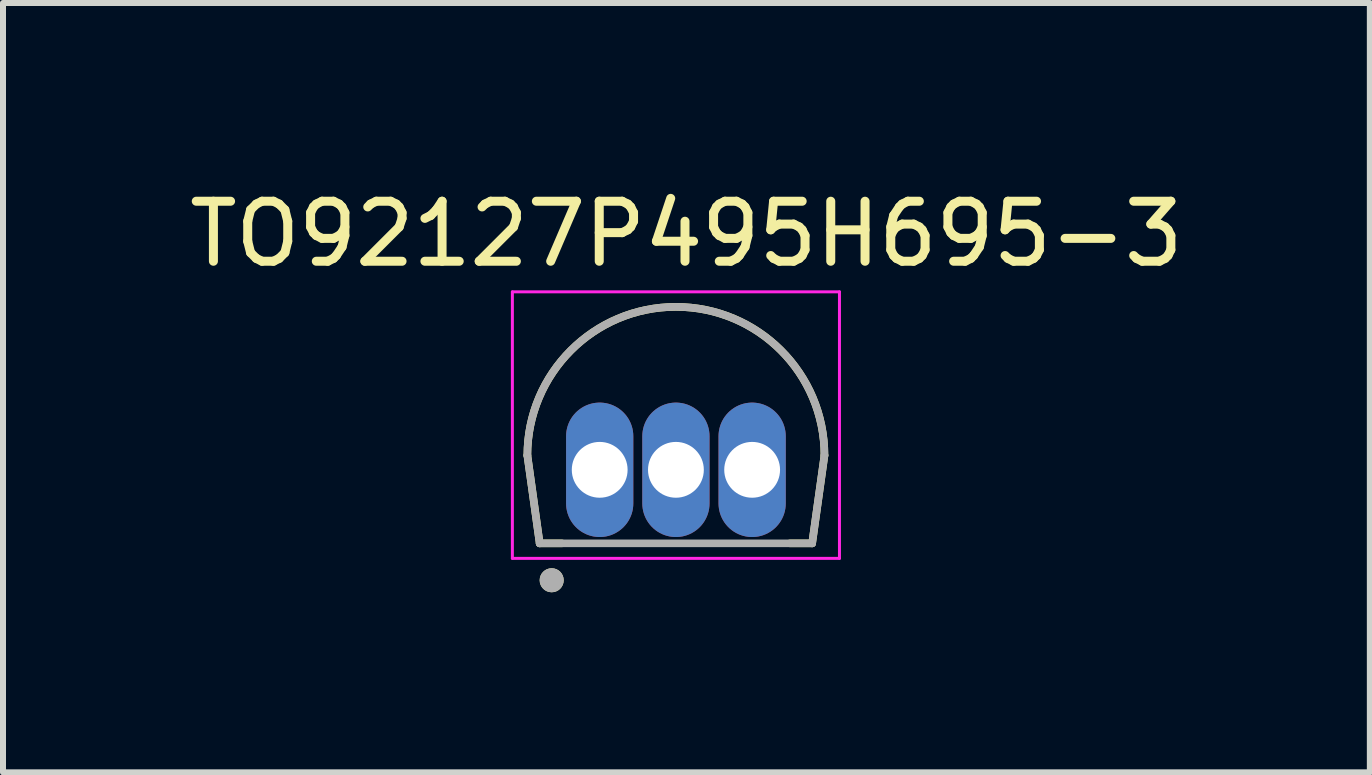
<source format=kicad_pcb>
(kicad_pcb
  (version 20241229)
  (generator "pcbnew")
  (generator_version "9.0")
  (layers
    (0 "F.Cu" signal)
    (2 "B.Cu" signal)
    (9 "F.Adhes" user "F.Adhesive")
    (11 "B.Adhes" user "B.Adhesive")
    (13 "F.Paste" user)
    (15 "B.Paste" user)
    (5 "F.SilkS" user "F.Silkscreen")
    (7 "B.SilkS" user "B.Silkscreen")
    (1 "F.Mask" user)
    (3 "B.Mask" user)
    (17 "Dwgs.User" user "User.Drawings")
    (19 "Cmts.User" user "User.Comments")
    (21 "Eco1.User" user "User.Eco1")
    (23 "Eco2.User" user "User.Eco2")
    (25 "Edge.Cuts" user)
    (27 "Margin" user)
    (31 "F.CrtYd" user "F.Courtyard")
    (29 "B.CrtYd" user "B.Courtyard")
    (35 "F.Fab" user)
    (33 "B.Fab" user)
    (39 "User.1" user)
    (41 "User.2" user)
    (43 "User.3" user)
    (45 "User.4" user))
  (footprint "TO92127P495H695-3"
    (layer "F.Cu")
    (at 8.212 4.033)
    (property "Reference" "TO92127P495H695-3" (at 0.175 -3.185 0) (layer "F.SilkS") (effects (font (size 1 1) (thickness 0.15))))
    (attr through_hole)
    (fp_line (start -2.27 1.97) (end -2.475 0.505) (stroke (width 0.127) (type solid)) (layer "F.SilkS"))
    (fp_line (start -2.27 1.97) (end -1.9 1.97) (stroke (width 0.127) (type solid)) (layer "F.SilkS"))
    (fp_line (start 2.27 1.97) (end 1.9 1.97) (stroke (width 0.127) (type solid)) (layer "F.SilkS"))
    (fp_line (start 2.27 1.97) (end 2.475 0.505) (stroke (width 0.127) (type solid)) (layer "F.SilkS"))
    (fp_arc (start -2.475 0.505) (mid 0 -1.97) (end 2.475 0.505) (stroke (width 0.127) (type solid)) (layer "F.SilkS"))
    (fp_circle (center -2.07 2.585) (end -1.97 2.585) (stroke (width 0.2) (type solid)) (fill no) (layer "F.SilkS"))
    (fp_line (start -2.725 -2.22) (end -2.725 2.22) (stroke (width 0.05) (type solid)) (layer "F.CrtYd"))
    (fp_line (start -2.725 -2.22) (end 2.725 -2.22) (stroke (width 0.05) (type solid)) (layer "F.CrtYd"))
    (fp_line (start 2.725 2.22) (end -2.725 2.22) (stroke (width 0.05) (type solid)) (layer "F.CrtYd"))
    (fp_line (start 2.725 2.22) (end 2.725 -2.22) (stroke (width 0.05) (type solid)) (layer "F.CrtYd"))
    (fp_line (start -2.27 1.97) (end -2.475 0.505) (stroke (width 0.127) (type solid)) (layer "F.Fab"))
    (fp_line (start -2.27 1.97) (end 2.27 1.97) (stroke (width 0.127) (type solid)) (layer "F.Fab"))
    (fp_line (start 2.27 1.97) (end 2.475 0.505) (stroke (width 0.127) (type solid)) (layer "F.Fab"))
    (fp_arc (start -2.475 0.505) (mid 0 -1.97) (end 2.475 0.505) (stroke (width 0.127) (type solid)) (layer "F.Fab"))
    (fp_circle (center -2.07 2.585) (end -1.97 2.585) (stroke (width 0.2) (type solid)) (fill no) (layer "F.Fab"))
    (pad "1" thru_hole oval (at -1.27 0.745) (size 1.12 2.24) (drill 0.93) (layers "*.Cu" "*.Mask"))
    (pad "2" thru_hole oval (at 0 0.745) (size 1.12 2.24) (drill 0.93) (layers "*.Cu" "*.Mask"))
    (pad "3" thru_hole oval (at 1.27 0.745) (size 1.12 2.24) (drill 0.93) (layers "*.Cu" "*.Mask")))
  (gr_rect
    (start -3 -3)
    (end 19.774 9.818)
    (stroke (width 0.1) (type default))
    (fill no)
    (layer "Edge.Cuts")))
</source>
